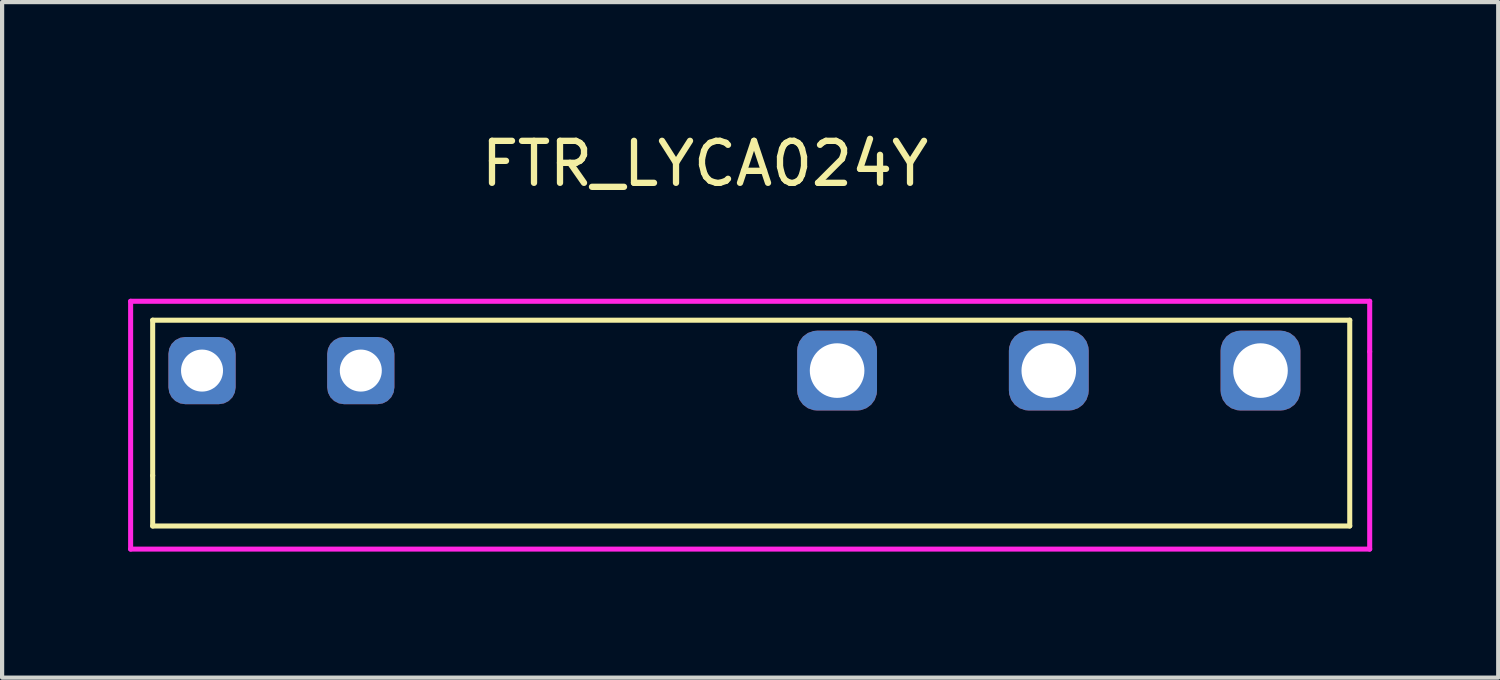
<source format=kicad_pcb>
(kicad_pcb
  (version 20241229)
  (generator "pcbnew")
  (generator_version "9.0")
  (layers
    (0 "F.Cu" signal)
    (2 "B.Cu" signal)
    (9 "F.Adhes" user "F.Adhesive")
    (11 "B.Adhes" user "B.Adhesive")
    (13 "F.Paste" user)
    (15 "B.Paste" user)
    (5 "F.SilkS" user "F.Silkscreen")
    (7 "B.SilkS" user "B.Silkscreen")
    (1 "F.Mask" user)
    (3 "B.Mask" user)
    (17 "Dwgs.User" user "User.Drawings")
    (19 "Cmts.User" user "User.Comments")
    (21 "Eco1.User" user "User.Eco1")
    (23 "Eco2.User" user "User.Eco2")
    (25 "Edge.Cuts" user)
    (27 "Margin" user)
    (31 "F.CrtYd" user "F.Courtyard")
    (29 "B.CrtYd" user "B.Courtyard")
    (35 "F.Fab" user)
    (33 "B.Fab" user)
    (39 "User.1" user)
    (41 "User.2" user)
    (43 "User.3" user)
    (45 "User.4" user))
  (footprint "FTR_LYCA024Y"
    (layer "F.Cu")
    (at 9.26 8.273)
    (property "Reference" "FTR_LYCA024Y" (at 4.475 -7.425 0) (layer "F.SilkS") (effects (font (size 1 1) (thickness 0.15))))
    (attr through_hole)
    (fp_line (start -8.675 -3.7) (end -8.675 0) (stroke (width 0.12) (type solid)) (layer "F.SilkS"))
    (fp_line (start -8.675 0) (end -8.675 1.2) (stroke (width 0.12) (type solid)) (layer "F.SilkS"))
    (fp_line (start -8.675 1.2) (end 19.825 1.2) (stroke (width 0.12) (type solid)) (layer "F.SilkS"))
    (fp_line (start 19.825 -3.7) (end -8.675 -3.7) (stroke (width 0.12) (type solid)) (layer "F.SilkS"))
    (fp_line (start 19.825 1.2) (end 19.825 -3.7) (stroke (width 0.12) (type solid)) (layer "F.SilkS"))
    (fp_line (start -9.2 -4.15) (end -9.2 1.75) (stroke (width 0.12) (type solid)) (layer "F.CrtYd"))
    (fp_line (start -9.2 1.75) (end 20.3 1.75) (stroke (width 0.12) (type solid)) (layer "F.CrtYd"))
    (fp_line (start 20.3 -4.15) (end -9.2 -4.15) (stroke (width 0.12) (type solid)) (layer "F.CrtYd"))
    (fp_line (start 20.3 -4.15) (end 20.3 -2.95) (stroke (width 0.12) (type solid)) (layer "F.CrtYd"))
    (fp_line (start 20.3 1.75) (end 20.3 -2.95) (stroke (width 0.12) (type solid)) (layer "F.CrtYd"))
    (pad "1" thru_hole roundrect (at -7.5 -2.5) (size 1.6 1.6) (drill 1) (layers "*.Cu" "*.Mask") (roundrect_rratio 0.25))
    (pad "2" thru_hole roundrect (at -3.72 -2.5) (size 1.6 1.6) (drill 1) (layers "*.Cu" "*.Mask") (roundrect_rratio 0.25))
    (pad "3" thru_hole roundrect (at 7.62 -2.5) (size 1.9 1.9) (drill 1.3) (layers "*.Cu" "*.Mask") (roundrect_rratio 0.25))
    (pad "4" thru_hole roundrect (at 12.66 -2.5) (size 1.9 1.9) (drill 1.3) (layers "*.Cu" "*.Mask") (roundrect_rratio 0.25))
    (pad "5" thru_hole roundrect (at 17.7 -2.5) (size 1.9 1.9) (drill 1.3) (layers "*.Cu" "*.Mask") (roundrect_rratio 0.25)))
  (gr_rect
    (start -3 -3)
    (end 32.62 13.083)
    (stroke (width 0.1) (type default))
    (fill no)
    (layer "Edge.Cuts")))
</source>
